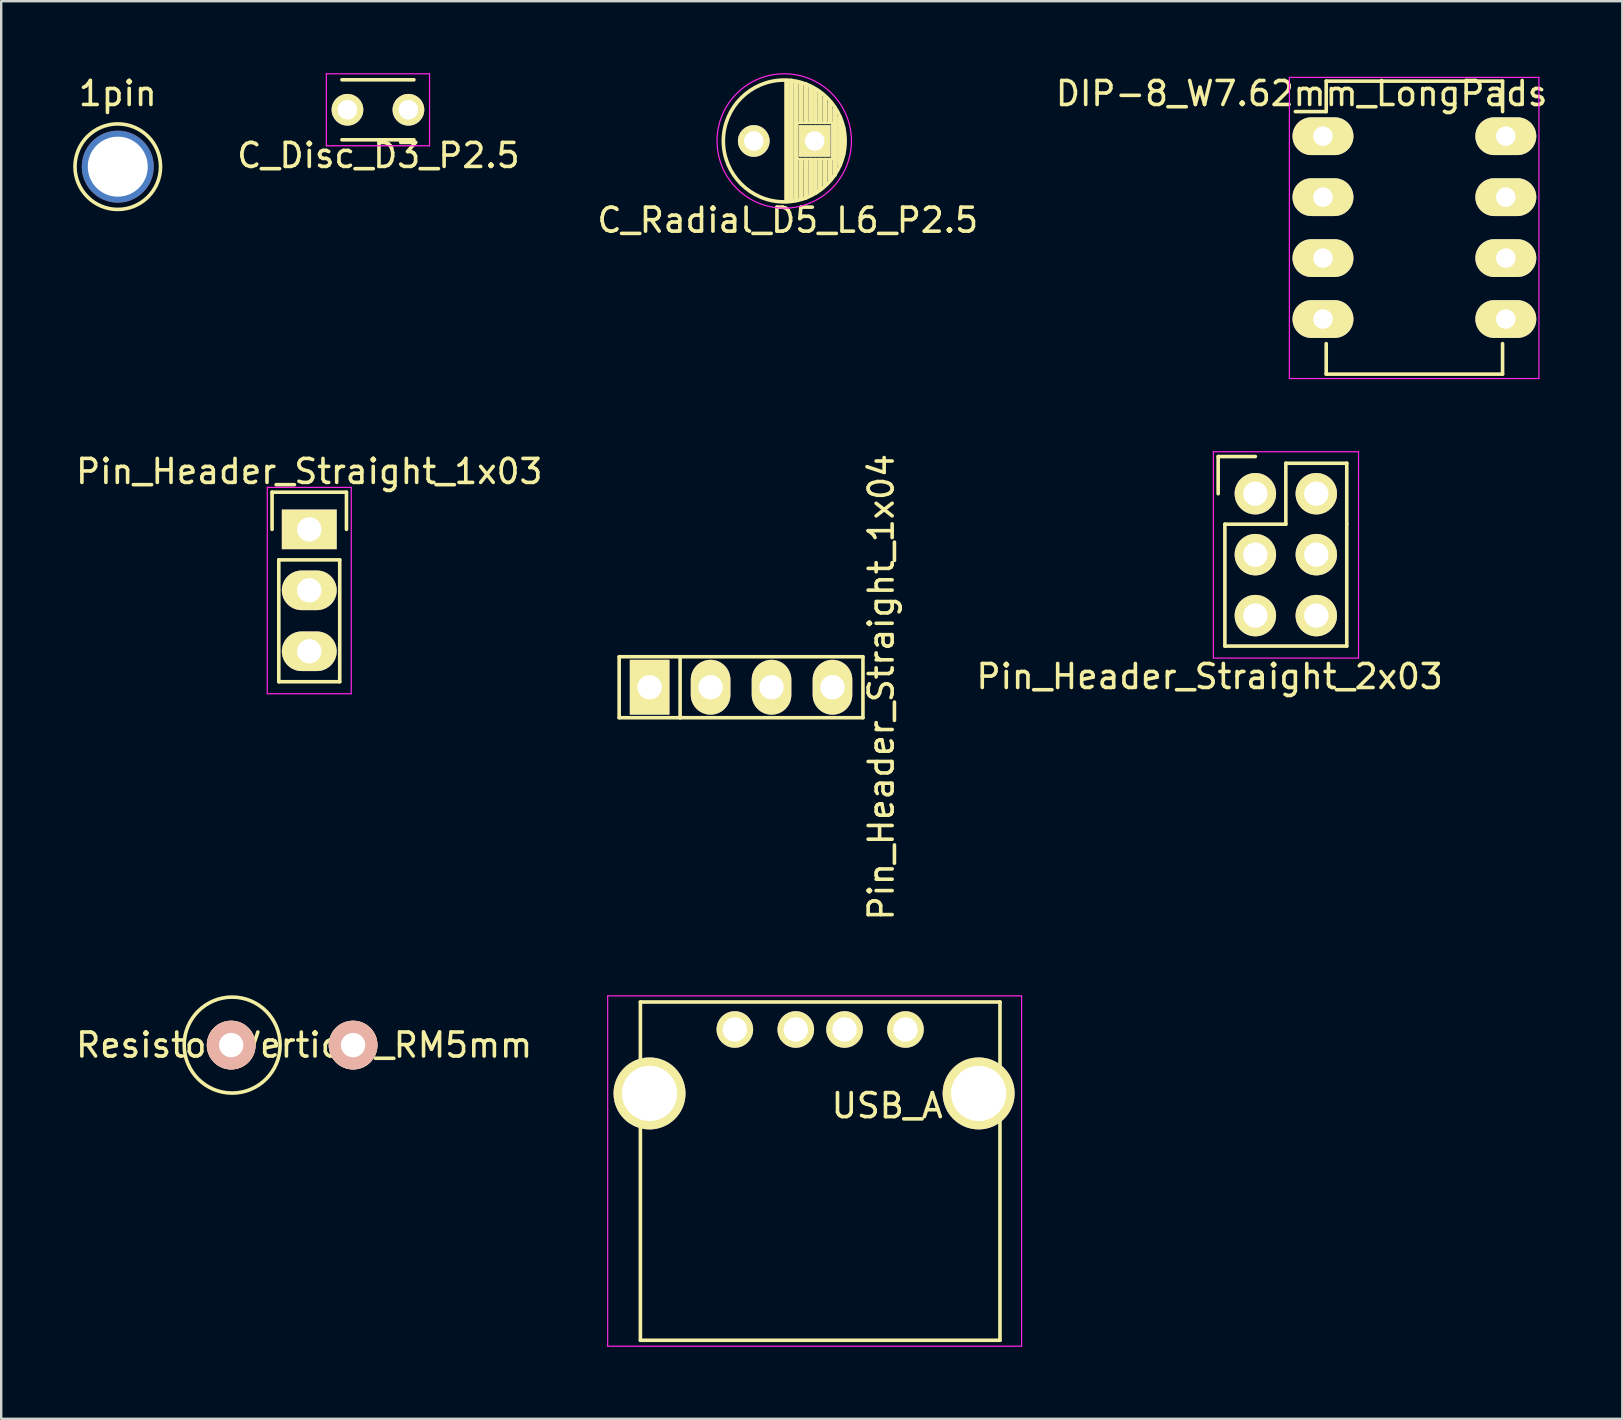
<source format=kicad_pcb>
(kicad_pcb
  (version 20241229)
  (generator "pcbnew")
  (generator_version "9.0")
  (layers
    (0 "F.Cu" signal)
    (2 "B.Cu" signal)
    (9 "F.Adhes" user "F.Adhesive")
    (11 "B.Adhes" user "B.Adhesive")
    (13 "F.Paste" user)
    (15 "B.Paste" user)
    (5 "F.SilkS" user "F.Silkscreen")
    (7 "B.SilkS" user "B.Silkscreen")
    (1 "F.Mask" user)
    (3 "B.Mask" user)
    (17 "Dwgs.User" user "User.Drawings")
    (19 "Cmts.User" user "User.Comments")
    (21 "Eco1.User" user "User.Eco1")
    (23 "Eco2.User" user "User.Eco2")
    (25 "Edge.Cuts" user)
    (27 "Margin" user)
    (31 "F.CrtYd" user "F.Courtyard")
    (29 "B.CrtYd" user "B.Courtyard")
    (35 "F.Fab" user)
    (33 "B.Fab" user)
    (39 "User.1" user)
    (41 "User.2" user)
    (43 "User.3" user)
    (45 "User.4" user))
  (footprint "Pin_Header_Straight_1x03"
    (layer "F.Cu")
    (at 9.839 21.552)
    (property "Reference" "Pin_Header_Straight_1x03" (at 0 -4.953 0) (layer "F.SilkS") (effects (font (size 1 1) (thickness 0.15))))
    (attr through_hole)
    (fp_line (start -1.55 -4.09) (end 1.55 -4.09) (stroke (width 0.15) (type solid)) (layer "F.SilkS"))
    (fp_line (start -1.55 -2.54) (end -1.55 -4.09) (stroke (width 0.15) (type solid)) (layer "F.SilkS"))
    (fp_line (start -1.27 -1.27) (end -1.27 3.81) (stroke (width 0.15) (type solid)) (layer "F.SilkS"))
    (fp_line (start -1.27 3.81) (end 1.27 3.81) (stroke (width 0.15) (type solid)) (layer "F.SilkS"))
    (fp_line (start 1.27 -1.27) (end -1.27 -1.27) (stroke (width 0.15) (type solid)) (layer "F.SilkS"))
    (fp_line (start 1.27 3.81) (end 1.27 -1.27) (stroke (width 0.15) (type solid)) (layer "F.SilkS"))
    (fp_line (start 1.55 -4.09) (end 1.55 -2.54) (stroke (width 0.15) (type solid)) (layer "F.SilkS"))
    (fp_line (start -1.75 -4.29) (end -1.75 4.31) (stroke (width 0.05) (type solid)) (layer "F.CrtYd"))
    (fp_line (start -1.75 -4.29) (end 1.75 -4.29) (stroke (width 0.05) (type solid)) (layer "F.CrtYd"))
    (fp_line (start -1.75 4.31) (end 1.75 4.31) (stroke (width 0.05) (type solid)) (layer "F.CrtYd"))
    (fp_line (start 1.75 -4.29) (end 1.75 4.31) (stroke (width 0.05) (type solid)) (layer "F.CrtYd"))
    (pad "1" thru_hole rect (at 0 -2.54) (size 2.286 1.651) (drill 1.016) (layers "*.Cu" "*.Mask" "F.SilkS"))
    (pad "2" thru_hole oval (at 0 0) (size 2.286 1.651) (drill 1.016) (layers "*.Cu" "*.Mask" "F.SilkS"))
    (pad "3" thru_hole oval (at 0 2.54) (size 2.286 1.651) (drill 1.016) (layers "*.Cu" "*.Mask" "F.SilkS")))
  (footprint "DIP-8_W7.62mm_LongPads"
    (layer "F.Cu")
    (at 55.896 6.436)
    (property "Reference" "DIP-8_W7.62mm_LongPads" (at -4.699 -5.588 0) (layer "F.SilkS") (effects (font (size 1 1) (thickness 0.15))))
    (attr through_hole)
    (fp_line (start -3.675 -6.105) (end -3.675 -4.835) (stroke (width 0.15) (type solid)) (layer "F.SilkS"))
    (fp_line (start -3.675 -6.105) (end 3.675 -6.105) (stroke (width 0.15) (type solid)) (layer "F.SilkS"))
    (fp_line (start -3.675 -4.835) (end -4.96 -4.835) (stroke (width 0.15) (type solid)) (layer "F.SilkS"))
    (fp_line (start -3.675 6.105) (end -3.675 4.835) (stroke (width 0.15) (type solid)) (layer "F.SilkS"))
    (fp_line (start -3.675 6.105) (end 3.675 6.105) (stroke (width 0.15) (type solid)) (layer "F.SilkS"))
    (fp_line (start 3.675 -6.105) (end 3.675 -4.835) (stroke (width 0.15) (type solid)) (layer "F.SilkS"))
    (fp_line (start 3.675 6.105) (end 3.675 4.835) (stroke (width 0.15) (type solid)) (layer "F.SilkS"))
    (fp_line (start -5.21 -6.26) (end -5.21 6.29) (stroke (width 0.05) (type solid)) (layer "F.CrtYd"))
    (fp_line (start -5.21 -6.26) (end 5.19 -6.26) (stroke (width 0.05) (type solid)) (layer "F.CrtYd"))
    (fp_line (start -5.21 6.29) (end 5.19 6.29) (stroke (width 0.05) (type solid)) (layer "F.CrtYd"))
    (fp_line (start 5.19 -6.26) (end 5.19 6.29) (stroke (width 0.05) (type solid)) (layer "F.CrtYd"))
    (pad "1" thru_hole oval (at -3.81 -3.81) (size 2.54 1.575) (drill 0.813) (layers "*.Cu" "*.Mask" "F.SilkS"))
    (pad "2" thru_hole oval (at -3.81 -1.27) (size 2.54 1.575) (drill 0.813) (layers "*.Cu" "*.Mask" "F.SilkS"))
    (pad "3" thru_hole oval (at -3.81 1.27) (size 2.54 1.575) (drill 0.813) (layers "*.Cu" "*.Mask" "F.SilkS"))
    (pad "4" thru_hole oval (at -3.81 3.81) (size 2.54 1.575) (drill 0.813) (layers "*.Cu" "*.Mask" "F.SilkS"))
    (pad "5" thru_hole oval (at 3.81 3.81) (size 2.54 1.575) (drill 0.813) (layers "*.Cu" "*.Mask" "F.SilkS"))
    (pad "6" thru_hole oval (at 3.81 1.27) (size 2.54 1.575) (drill 0.813) (layers "*.Cu" "*.Mask" "F.SilkS"))
    (pad "7" thru_hole oval (at 3.81 -1.27) (size 2.54 1.575) (drill 0.813) (layers "*.Cu" "*.Mask" "F.SilkS"))
    (pad "8" thru_hole oval (at 3.81 -3.81) (size 2.54 1.575) (drill 0.813) (layers "*.Cu" "*.Mask" "F.SilkS")))
  (footprint "Pin_Header_Straight_2x03"
    (layer "F.Cu")
    (at 50.538 20.066)
    (property "Reference" "Pin_Header_Straight_2x03" (at -3.175 5.08 0) (layer "F.SilkS") (effects (font (size 1 1) (thickness 0.15))))
    (attr through_hole)
    (fp_line (start -2.82 -4.09) (end -2.82 -2.54) (stroke (width 0.15) (type solid)) (layer "F.SilkS"))
    (fp_line (start -2.82 -4.09) (end -1.27 -4.09) (stroke (width 0.15) (type solid)) (layer "F.SilkS"))
    (fp_line (start -2.54 -1.27) (end -2.54 3.81) (stroke (width 0.15) (type solid)) (layer "F.SilkS"))
    (fp_line (start -2.54 3.81) (end 2.54 3.81) (stroke (width 0.15) (type solid)) (layer "F.SilkS"))
    (fp_line (start 0 -3.81) (end 0 -1.27) (stroke (width 0.15) (type solid)) (layer "F.SilkS"))
    (fp_line (start 0 -1.27) (end -2.54 -1.27) (stroke (width 0.15) (type solid)) (layer "F.SilkS"))
    (fp_line (start 2.54 -3.81) (end 0 -3.81) (stroke (width 0.15) (type solid)) (layer "F.SilkS"))
    (fp_line (start 2.54 -1.27) (end 2.54 -3.81) (stroke (width 0.15) (type solid)) (layer "F.SilkS"))
    (fp_line (start 2.54 3.81) (end 2.54 -1.27) (stroke (width 0.15) (type solid)) (layer "F.SilkS"))
    (fp_line (start -3.02 -4.29) (end -3.02 4.31) (stroke (width 0.05) (type solid)) (layer "F.CrtYd"))
    (fp_line (start -3.02 -4.29) (end 3.03 -4.29) (stroke (width 0.05) (type solid)) (layer "F.CrtYd"))
    (fp_line (start -3.02 4.31) (end 3.03 4.31) (stroke (width 0.05) (type solid)) (layer "F.CrtYd"))
    (fp_line (start 3.03 -4.29) (end 3.03 4.31) (stroke (width 0.05) (type solid)) (layer "F.CrtYd"))
    (pad "1" thru_hole circle (at -1.27 -2.54) (size 1.727 1.727) (drill 1.016) (layers "*.Cu" "*.Mask" "F.SilkS"))
    (pad "2" thru_hole oval (at 1.27 -2.54) (size 1.727 1.727) (drill 1.016) (layers "*.Cu" "*.Mask" "F.SilkS"))
    (pad "3" thru_hole oval (at -1.27 0) (size 1.727 1.727) (drill 1.016) (layers "*.Cu" "*.Mask" "F.SilkS"))
    (pad "4" thru_hole oval (at 1.27 0) (size 1.727 1.727) (drill 1.016) (layers "*.Cu" "*.Mask" "F.SilkS"))
    (pad "5" thru_hole oval (at -1.27 2.54) (size 1.727 1.727) (drill 1.016) (layers "*.Cu" "*.Mask" "F.SilkS"))
    (pad "6" thru_hole oval (at 1.27 2.54) (size 1.727 1.727) (drill 1.016) (layers "*.Cu" "*.Mask" "F.SilkS")))
  (footprint "Resistor_Vertical_RM5mm"
    (layer "F.Cu")
    (at 9.125 40.505)
    (property "Reference" "Resistor_Vertical_RM5mm" (at 0.5 0 0) (layer "F.SilkS") (effects (font (size 1 1) (thickness 0.15))))
    (attr through_hole)
    (fp_circle (center -2.5 0) (end -0.5 0) (stroke (width 0.15) (type solid)) (fill no) (layer "F.SilkS"))
    (pad "1" thru_hole circle (at -2.54 0) (size 2.032 2.032) (drill 1.016) (layers "*.Cu" "*.SilkS" "*.Mask"))
    (pad "2" thru_hole circle (at 2.54 0) (size 2.032 2.032) (drill 1.016) (layers "*.Cu" "*.SilkS" "*.Mask")))
  (footprint "1pin"
    (layer "F.Cu")
    (at 1.858 3.896)
    (property "Reference" "1pin" (at 0 -3.048 0) (layer "F.SilkS") (effects (font (size 1 1) (thickness 0.15))))
    (attr through_hole)
    (fp_circle (center 0 0) (end 1.778 -0.127) (stroke (width 0.15) (type solid)) (fill no) (layer "F.SilkS"))
    (pad "" np_thru_hole circle (at 0 0) (size 3 3) (drill 2.5) (layers "*.Cu" "*.Mask")))
  (footprint "C_Radial_D5_L6_P2.5"
    (layer "F.Cu")
    (at 29.634 2.825)
    (property "Reference" "C_Radial_D5_L6_P2.5" (at 0.147 3.302 0) (layer "F.SilkS") (effects (font (size 1 1) (thickness 0.15))))
    (attr through_hole)
    (fp_line (start 0.1 -2.5) (end 0.1 2.5) (stroke (width 0.2) (type solid)) (layer "F.SilkS"))
    (fp_line (start 0.3 2.45) (end 0.3 -2.5) (stroke (width 0.2) (type solid)) (layer "F.SilkS"))
    (fp_line (start 0.5 -2.45) (end 0.5 2.45) (stroke (width 0.2) (type solid)) (layer "F.SilkS"))
    (fp_line (start 0.5 -0.75) (end 2 -0.75) (stroke (width 0.1) (type solid)) (layer "F.SilkS"))
    (fp_line (start 0.5 0.75) (end 0.5 -0.75) (stroke (width 0.1) (type solid)) (layer "F.SilkS"))
    (fp_line (start 0.7 -0.8) (end 0.7 -2.4) (stroke (width 0.2) (type solid)) (layer "F.SilkS"))
    (fp_line (start 0.7 2.4) (end 0.7 0.8) (stroke (width 0.2) (type solid)) (layer "F.SilkS"))
    (fp_line (start 0.9 -0.8) (end 0.9 -2.35) (stroke (width 0.2) (type solid)) (layer "F.SilkS"))
    (fp_line (start 0.9 0.8) (end 0.9 2.35) (stroke (width 0.2) (type solid)) (layer "F.SilkS"))
    (fp_line (start 1.1 -0.8) (end 1.1 -2.25) (stroke (width 0.2) (type solid)) (layer "F.SilkS"))
    (fp_line (start 1.1 2.25) (end 1.1 0.8) (stroke (width 0.2) (type solid)) (layer "F.SilkS"))
    (fp_line (start 1.3 -0.8) (end 1.3 -2.1) (stroke (width 0.2) (type solid)) (layer "F.SilkS"))
    (fp_line (start 1.3 0.8) (end 1.3 2.15) (stroke (width 0.2) (type solid)) (layer "F.SilkS"))
    (fp_line (start 1.5 -0.8) (end 1.5 -2) (stroke (width 0.2) (type solid)) (layer "F.SilkS"))
    (fp_line (start 1.5 2) (end 1.5 0.8) (stroke (width 0.2) (type solid)) (layer "F.SilkS"))
    (fp_line (start 1.7 -0.8) (end 1.7 -1.8) (stroke (width 0.2) (type solid)) (layer "F.SilkS"))
    (fp_line (start 1.7 1.8) (end 1.7 0.8) (stroke (width 0.2) (type solid)) (layer "F.SilkS"))
    (fp_line (start 1.9 -0.8) (end 1.9 -1.6) (stroke (width 0.2) (type solid)) (layer "F.SilkS"))
    (fp_line (start 1.9 0.8) (end 1.9 1.6) (stroke (width 0.2) (type solid)) (layer "F.SilkS"))
    (fp_line (start 2 -0.75) (end 2 0.75) (stroke (width 0.1) (type solid)) (layer "F.SilkS"))
    (fp_line (start 2 0.75) (end 0.5 0.75) (stroke (width 0.1) (type solid)) (layer "F.SilkS"))
    (fp_line (start 2.1 1.4) (end 2.1 -1.35) (stroke (width 0.2) (type solid)) (layer "F.SilkS"))
    (fp_line (start 2.3 -1) (end 2.3 1) (stroke (width 0.2) (type solid)) (layer "F.SilkS"))
    (fp_line (start 2.45 0.55) (end 2.45 -0.55) (stroke (width 0.2) (type solid)) (layer "F.SilkS"))
    (fp_circle (center 0 0) (end 0 -2.538) (stroke (width 0.15) (type solid)) (fill no) (layer "F.SilkS"))
    (fp_circle (center 0 0) (end 0 -2.8) (stroke (width 0.05) (type solid)) (fill no) (layer "F.CrtYd"))
    (pad "1" thru_hole circle (at -1.27 0) (size 1.321 1.321) (drill 0.813) (layers "*.Cu" "*.Mask" "F.SilkS"))
    (pad "2" thru_hole rect (at 1.27 0) (size 1.321 1.321) (drill 0.813) (layers "*.Cu" "*.Mask" "F.SilkS")))
  (footprint "C_Disc_D3_P2.5"
    (layer "F.Cu")
    (at 12.701 1.525)
    (property "Reference" "C_Disc_D3_P2.5" (at 0.02 1.905 0) (layer "F.SilkS") (effects (font (size 1 1) (thickness 0.15))))
    (attr through_hole)
    (fp_line (start -1.5 -1.25) (end 1.5 -1.25) (stroke (width 0.15) (type solid)) (layer "F.SilkS"))
    (fp_line (start 1.5 1.25) (end -1.5 1.25) (stroke (width 0.15) (type solid)) (layer "F.SilkS"))
    (fp_line (start -2.15 -1.5) (end 2.15 -1.5) (stroke (width 0.05) (type solid)) (layer "F.CrtYd"))
    (fp_line (start -2.15 1.5) (end -2.15 -1.5) (stroke (width 0.05) (type solid)) (layer "F.CrtYd"))
    (fp_line (start 2.15 -1.5) (end 2.15 1.5) (stroke (width 0.05) (type solid)) (layer "F.CrtYd"))
    (fp_line (start 2.15 1.5) (end -2.15 1.5) (stroke (width 0.05) (type solid)) (layer "F.CrtYd"))
    (pad "1" thru_hole circle (at -1.27 0) (size 1.321 1.321) (drill 0.813) (layers "*.Cu" "*.Mask" "F.SilkS"))
    (pad "2" thru_hole circle (at 1.27 0) (size 1.321 1.321) (drill 0.813) (layers "*.Cu" "*.Mask" "F.SilkS")))
  (footprint "USB_A"
    (layer "F.Cu")
    (at 27.575 39.855)
    (property "Reference" "USB_A" (at 6.35 3.175 180) (layer "F.SilkS") (effects (font (size 1 1) (thickness 0.15))))
    (attr through_hole)
    (fp_line (start -3.936 12.952) (end -3.936 -1.145) (stroke (width 0.15) (type solid)) (layer "F.SilkS"))
    (fp_line (start 11.05 -1.145) (end -3.936 -1.145) (stroke (width 0.15) (type solid)) (layer "F.SilkS"))
    (fp_line (start 11.05 -1.145) (end 11.05 12.952) (stroke (width 0.15) (type solid)) (layer "F.SilkS"))
    (fp_line (start 11.05 12.952) (end -3.936 12.952) (stroke (width 0.15) (type solid)) (layer "F.SilkS"))
    (fp_line (start -5.3 -1.4) (end 11.95 -1.4) (stroke (width 0.05) (type solid)) (layer "F.CrtYd"))
    (fp_line (start -5.3 13.2) (end -5.3 -1.4) (stroke (width 0.05) (type solid)) (layer "F.CrtYd"))
    (fp_line (start -5.3 13.2) (end 11.95 13.2) (stroke (width 0.05) (type solid)) (layer "F.CrtYd"))
    (fp_line (start 11.95 -1.4) (end 11.95 13.2) (stroke (width 0.05) (type solid)) (layer "F.CrtYd"))
    (pad "1" thru_hole circle (at 0 0 270) (size 1.524 1.524) (drill 1.016) (layers "*.Cu" "*.Mask" "F.SilkS"))
    (pad "2" thru_hole circle (at 2.54 0 270) (size 1.524 1.524) (drill 1.016) (layers "*.Cu" "*.Mask" "F.SilkS"))
    (pad "3" thru_hole circle (at 4.572 0 270) (size 1.524 1.524) (drill 1.016) (layers "*.Cu" "*.Mask" "F.SilkS"))
    (pad "4" thru_hole circle (at 7.112 0 270) (size 1.524 1.524) (drill 1.016) (layers "*.Cu" "*.Mask" "F.SilkS"))
    (pad "5" thru_hole circle (at -3.555 2.665 270) (size 3 3) (drill 2.301) (layers "*.Cu" "*.Mask" "F.SilkS"))
    (pad "5" thru_hole circle (at 10.161 2.665 270) (size 3 3) (drill 2.301) (layers "*.Cu" "*.Mask" "F.SilkS")))
  (footprint "Pin_Header_Straight_1x04"
    (layer "F.Cu")
    (at 27.834 25.591)
    (property "Reference" "Pin_Header_Straight_1x04" (at 5.842 0 90) (layer "F.SilkS") (effects (font (size 1 1) (thickness 0.15))))
    (attr through_hole)
    (fp_line (start -5.08 -1.27) (end -5.08 1.27) (stroke (width 0.15) (type solid)) (layer "F.SilkS"))
    (fp_line (start -5.08 -1.27) (end -2.54 -1.27) (stroke (width 0.15) (type solid)) (layer "F.SilkS"))
    (fp_line (start -5.08 1.27) (end -2.54 1.27) (stroke (width 0.15) (type solid)) (layer "F.SilkS"))
    (fp_line (start -2.54 -1.27) (end -2.54 1.27) (stroke (width 0.15) (type solid)) (layer "F.SilkS"))
    (fp_line (start -2.54 -1.27) (end 5.08 -1.27) (stroke (width 0.15) (type solid)) (layer "F.SilkS"))
    (fp_line (start -2.54 1.27) (end 5.08 1.27) (stroke (width 0.15) (type solid)) (layer "F.SilkS"))
    (fp_line (start 5.08 1.27) (end 5.08 -1.27) (stroke (width 0.15) (type solid)) (layer "F.SilkS"))
    (pad "1" thru_hole rect (at -3.81 0) (size 1.651 2.286) (drill 1.016) (layers "*.Cu" "*.Mask" "F.SilkS"))
    (pad "2" thru_hole oval (at -1.27 0) (size 1.651 2.286) (drill 1.016) (layers "*.Cu" "*.Mask" "F.SilkS"))
    (pad "3" thru_hole oval (at 1.27 0) (size 1.651 2.286) (drill 1.016) (layers "*.Cu" "*.Mask" "F.SilkS"))
    (pad "4" thru_hole oval (at 3.81 0) (size 1.651 2.286) (drill 1.016) (layers "*.Cu" "*.Mask" "F.SilkS")))
  (gr_rect
    (start -3 -3)
    (end 64.56 56.08)
    (stroke (width 0.1) (type default))
    (fill no)
    (layer "Edge.Cuts")))
</source>
